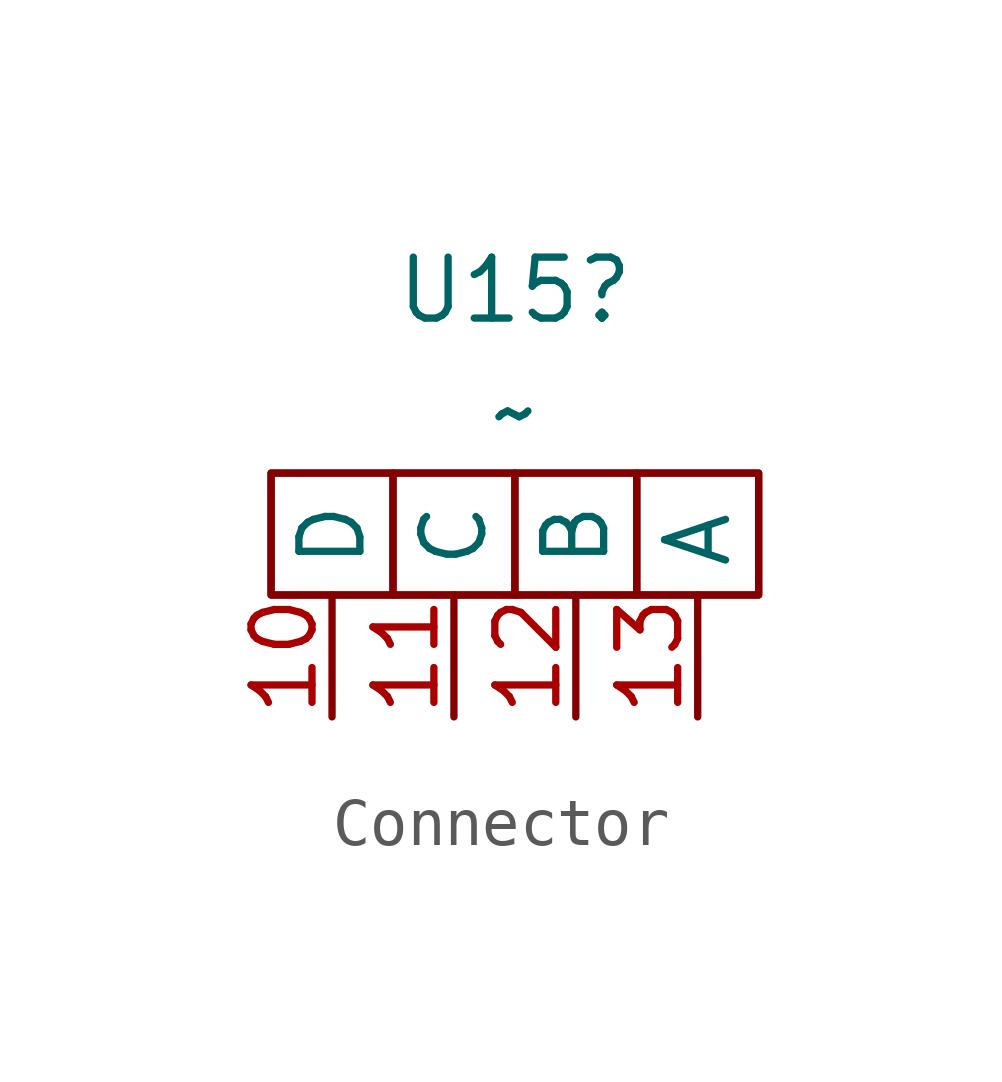
<source format=kicad_sym>
(kicad_symbol_lib
  (version 20241209)
  (generator "kicad_symbol_editor")
  (generator_version "9.0")
  (symbol "Connector"
    (property "Reference" "U15"
      (at 0 5.08 0)
      (effects (font (size 1.27 1.27))))
    (property "Value" "~"
      (at 0 2.54 0)
      (effects (font (size 1.27 1.27))))
    (symbol "Connector_0_1"
      (rectangle (start -5.08 1.27) (end 5.08 -1.27) (stroke (width 0) (type default)) (fill (type none)))
      (rectangle (start -2.54 1.27) (end 0 -1.27) (stroke (width 0) (type default)) (fill (type none)))
      (rectangle (start -2.54 -1.27) (end -5.08 1.27) (stroke (width 0) (type default)) (fill (type none)))
      (rectangle (start 0 1.27) (end 2.54 -1.27) (stroke (width 0) (type default)) (fill (type none)))
      (rectangle (start 2.54 1.27) (end 5.08 -1.27) (stroke (width 0) (type default)) (fill (type none))))
    (symbol "Connector_1_1"
      (pin bidirectional line (at -3.81 -3.81 90) (length 2.54) (name "D" (effects (font (size 1.27 1.27)))) (number "10" (effects (font (size 1.27 1.27)))))
      (pin bidirectional line (at -1.27 -3.81 90) (length 2.54) (name "C" (effects (font (size 1.27 1.27)))) (number "11" (effects (font (size 1.27 1.27)))))
      (pin bidirectional line (at 1.27 -3.81 90) (length 2.54) (name "B" (effects (font (size 1.27 1.27)))) (number "12" (effects (font (size 1.27 1.27)))))
      (pin bidirectional line (at 3.81 -3.81 90) (length 2.54) (name "A" (effects (font (size 1.27 1.27)))) (number "13" (effects (font (size 1.27 1.27))))))))
</source>
